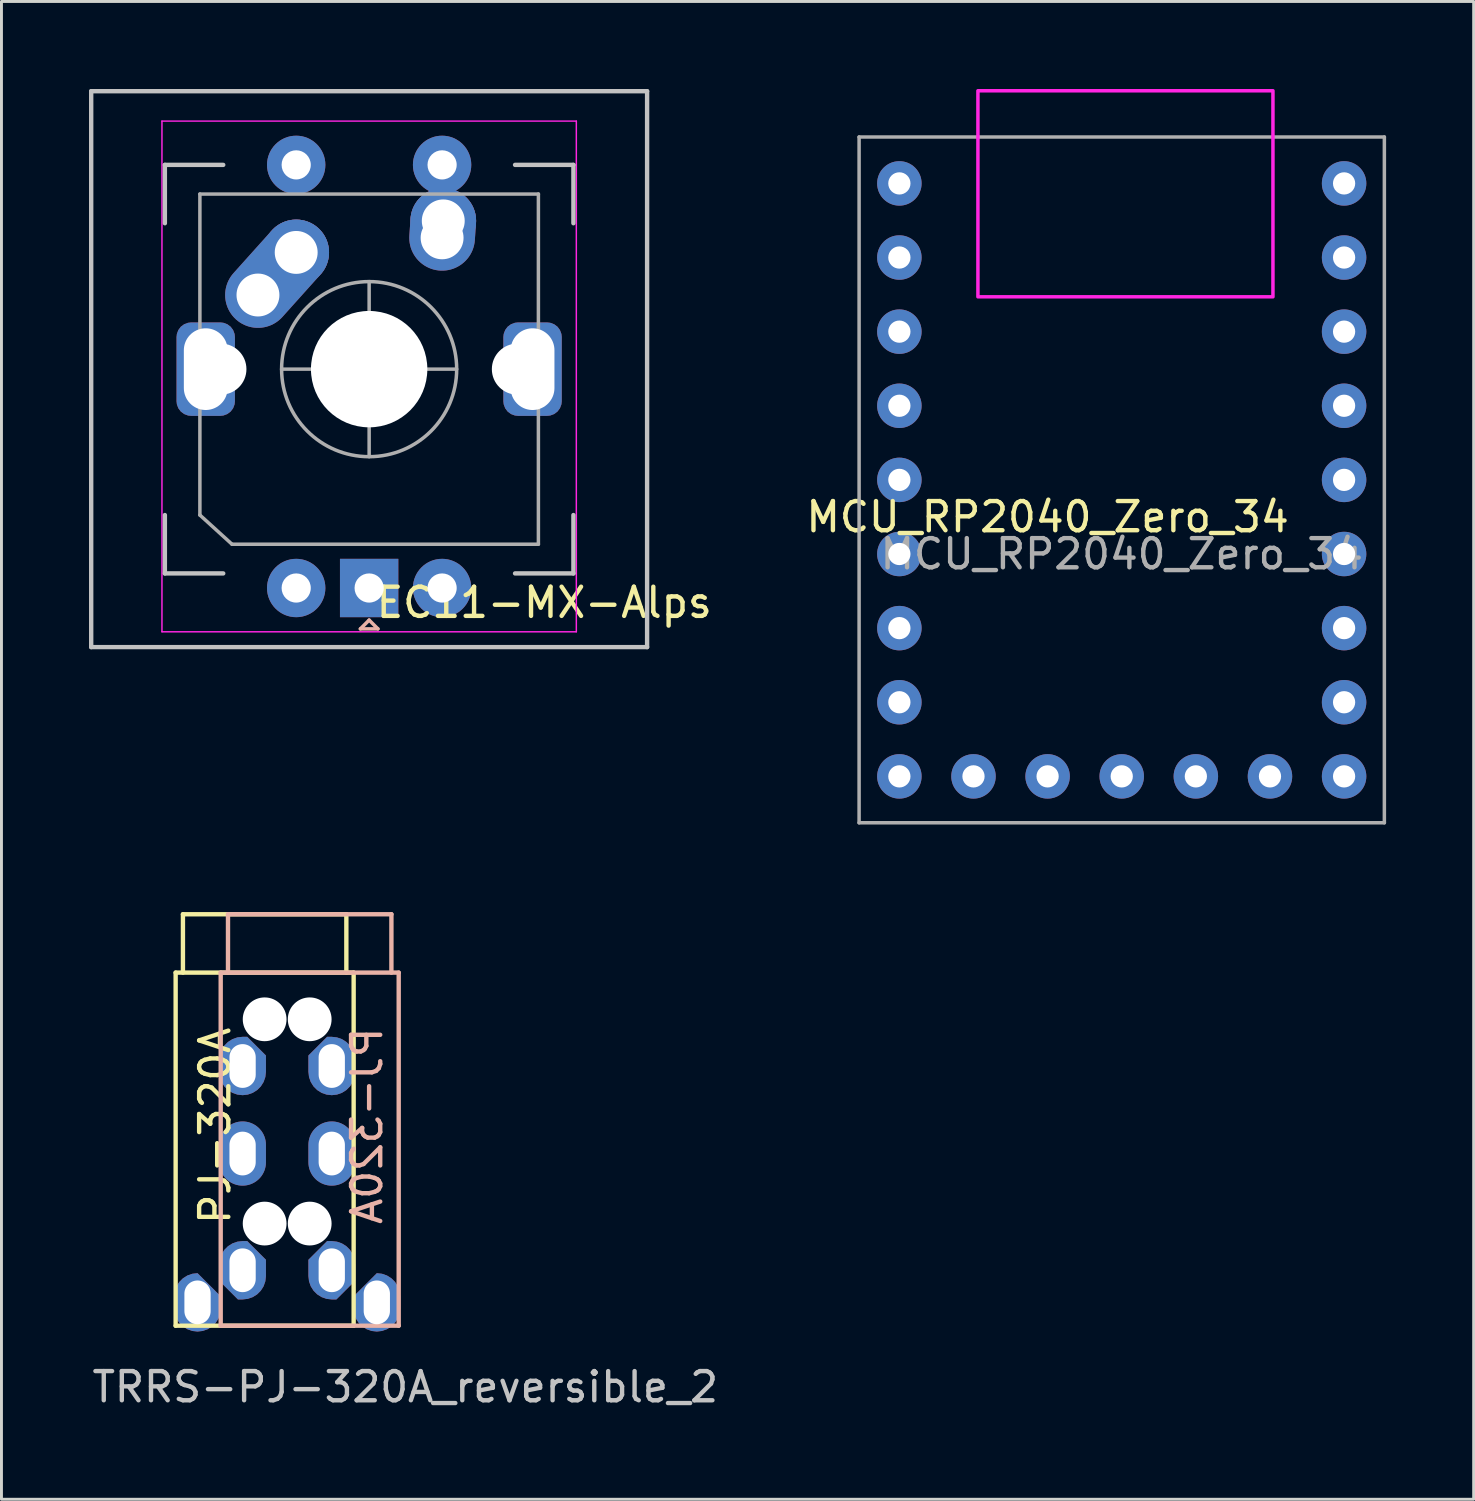
<source format=kicad_pcb>
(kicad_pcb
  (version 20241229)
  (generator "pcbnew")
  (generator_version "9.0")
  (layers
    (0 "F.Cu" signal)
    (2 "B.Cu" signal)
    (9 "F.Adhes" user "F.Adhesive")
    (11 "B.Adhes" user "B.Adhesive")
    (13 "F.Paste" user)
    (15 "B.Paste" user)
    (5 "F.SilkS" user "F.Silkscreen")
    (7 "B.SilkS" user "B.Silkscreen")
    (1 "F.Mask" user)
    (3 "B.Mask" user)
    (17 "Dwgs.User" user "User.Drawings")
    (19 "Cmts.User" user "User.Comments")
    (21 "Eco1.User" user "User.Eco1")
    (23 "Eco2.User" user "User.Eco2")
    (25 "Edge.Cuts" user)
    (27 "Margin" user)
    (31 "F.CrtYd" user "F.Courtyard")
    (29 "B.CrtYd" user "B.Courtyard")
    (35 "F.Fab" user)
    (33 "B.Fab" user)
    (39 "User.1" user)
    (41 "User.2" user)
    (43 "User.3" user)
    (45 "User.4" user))
  (footprint "TRRS-PJ-320A_reversible_2"
    (layer "F.Cu")
    (at 6.787 30.28)
    (property "Reference" "TRRS-PJ-320A_reversible_2" (at 4.052 14.2 0) (layer "Dwgs.User") (effects (font (size 1 1) (thickness 0.15))))
    (attr through_hole)
    (fp_line (start -3.818 0) (end -3.818 12.1) (stroke (width 0.15) (type solid)) (layer "F.SilkS"))
    (fp_line (start -3.568 0) (end -3.568 -2) (stroke (width 0.15) (type solid)) (layer "F.SilkS"))
    (fp_line (start 2.032 -2) (end -3.568 -2) (stroke (width 0.15) (type solid)) (layer "F.SilkS"))
    (fp_line (start 2.032 0) (end 2.032 -2) (stroke (width 0.15) (type solid)) (layer "F.SilkS"))
    (fp_line (start 2.282 0) (end -3.818 0) (stroke (width 0.15) (type solid)) (layer "F.SilkS"))
    (fp_line (start 2.282 0) (end 2.282 12.1) (stroke (width 0.15) (type solid)) (layer "F.SilkS"))
    (fp_line (start 2.282 12.1) (end -3.818 12.1) (stroke (width 0.15) (type solid)) (layer "F.SilkS"))
    (fp_line (start -2.274 0) (end -2.274 12.1) (stroke (width 0.15) (type solid)) (layer "B.SilkS"))
    (fp_line (start -2.274 0) (end 3.826 0) (stroke (width 0.15) (type solid)) (layer "B.SilkS"))
    (fp_line (start -2.274 12.1) (end 3.826 12.1) (stroke (width 0.15) (type solid)) (layer "B.SilkS"))
    (fp_line (start -2.024 -2) (end 3.576 -2) (stroke (width 0.15) (type solid)) (layer "B.SilkS"))
    (fp_line (start -2.024 0) (end -2.024 -2) (stroke (width 0.15) (type solid)) (layer "B.SilkS"))
    (fp_line (start 3.576 0) (end 3.576 -2) (stroke (width 0.15) (type solid)) (layer "B.SilkS"))
    (fp_line (start 3.826 0) (end 3.826 12.1) (stroke (width 0.15) (type solid)) (layer "B.SilkS"))
    (fp_text user "PJ-320A" (at -2.468 5.25 90) (layer "F.SilkS") (effects (font (size 1 1) (thickness 0.15))))
    (fp_text user "PJ-320A" (at 2.738 5.25 270) (layer "B.SilkS") (effects (font (size 1 1) (thickness 0.15)) (justify mirror)))
    (pad "" np_thru_hole circle (at -0.768 1.6) (size 1.5 1.5) (drill 1.5) (layers "*.Cu" "*.Mask"))
    (pad "" np_thru_hole circle (at -0.768 8.6) (size 1.5 1.5) (drill 1.5) (layers "*.Cu" "*.Mask"))
    (pad "" np_thru_hole circle (at 0.776 1.6) (size 1.5 1.5) (drill 1.5) (layers "*.Cu" "*.Mask"))
    (pad "" np_thru_hole circle (at 0.776 8.6) (size 1.5 1.5) (drill 1.5) (layers "*.Cu" "*.Mask"))
    (pad "R1" thru_hole roundrect (at -1.524 10.2) (size 1.6 2) (drill oval 0.9 1.5) (layers "*.Cu" "*.Mask") (roundrect_rratio 0.5) (chamfer_ratio 0.4) (chamfer top_right bottom_left))
    (pad "R1" thru_hole roundrect (at 1.532 10.2) (size 1.6 2) (drill oval 0.9 1.5) (layers "*.Cu" "*.Mask") (roundrect_rratio 0.5) (chamfer_ratio 0.4) (chamfer top_left bottom_right))
    (pad "R2" thru_hole oval (at -1.524 6.2) (size 1.6 2.2) (drill oval 0.9 1.5) (layers "*.Cu" "*.Mask"))
    (pad "R2" thru_hole oval (at 1.532 6.2) (size 1.6 2.2) (drill oval 0.9 1.5) (layers "*.Cu" "*.Mask"))
    (pad "S" thru_hole roundrect (at -1.524 3.2) (size 1.6 2) (drill oval 0.9 1.5) (layers "*.Cu" "*.Mask") (roundrect_rratio 0.5) (chamfer_ratio 0.4) (chamfer top_right))
    (pad "S" thru_hole roundrect (at 1.532 3.2) (size 1.6 2) (drill oval 0.9 1.5) (layers "*.Cu" "*.Mask") (roundrect_rratio 0.5) (chamfer_ratio 0.4) (chamfer top_left))
    (pad "T" thru_hole roundrect (at -3.068 11.3) (size 1.6 2) (drill oval 0.9 1.5) (layers "*.Cu" "*.Mask") (roundrect_rratio 0.5) (chamfer_ratio 0.5) (chamfer top_right))
    (pad "T" thru_hole roundrect (at 3.076 11.3) (size 1.6 2) (drill oval 0.9 1.5) (layers "*.Cu" "*.Mask") (roundrect_rratio 0.5) (chamfer_ratio 0.5) (chamfer top_left)))
  (footprint "EC11-MX-Alps"
    (layer "F.Cu")
    (at 9.6 9.6)
    (property "Reference" "EC11-MX-Alps" (at 6 8 180) (layer "F.SilkS") (effects (font (size 1 1) (thickness 0.15))))
    (attr through_hole)
    (fp_line (start -0.3 8.9) (end 0 8.6) (stroke (width 0.12) (type solid)) (layer "B.SilkS"))
    (fp_line (start 0 8.6) (end 0.3 8.9) (stroke (width 0.12) (type solid)) (layer "B.SilkS"))
    (fp_line (start 0.3 8.9) (end -0.3 8.9) (stroke (width 0.12) (type solid)) (layer "B.SilkS"))
    (fp_line (start -9.525 -9.525) (end 9.525 -9.525) (stroke (width 0.15) (type solid)) (layer "Dwgs.User"))
    (fp_line (start -9.525 9.525) (end -9.525 -9.525) (stroke (width 0.15) (type solid)) (layer "Dwgs.User"))
    (fp_line (start -7 -7) (end -7 -5) (stroke (width 0.15) (type solid)) (layer "Dwgs.User"))
    (fp_line (start -7 5) (end -7 7) (stroke (width 0.15) (type solid)) (layer "Dwgs.User"))
    (fp_line (start -7 7) (end -5 7) (stroke (width 0.15) (type solid)) (layer "Dwgs.User"))
    (fp_line (start -5 -7) (end -7 -7) (stroke (width 0.15) (type solid)) (layer "Dwgs.User"))
    (fp_line (start 5 -7) (end 7 -7) (stroke (width 0.15) (type solid)) (layer "Dwgs.User"))
    (fp_line (start 5 7) (end 7 7) (stroke (width 0.15) (type solid)) (layer "Dwgs.User"))
    (fp_line (start 7 -7) (end 7 -5) (stroke (width 0.15) (type solid)) (layer "Dwgs.User"))
    (fp_line (start 7 7) (end 7 5) (stroke (width 0.15) (type solid)) (layer "Dwgs.User"))
    (fp_line (start 9.525 -9.525) (end 9.525 9.525) (stroke (width 0.15) (type solid)) (layer "Dwgs.User"))
    (fp_line (start 9.525 9.525) (end -9.525 9.525) (stroke (width 0.15) (type solid)) (layer "Dwgs.User"))
    (fp_line (start -7.1 9) (end -7.1 -8.5) (stroke (width 0.05) (type solid)) (layer "F.CrtYd"))
    (fp_line (start -7.1 9) (end 7.1 9) (stroke (width 0.05) (type solid)) (layer "F.CrtYd"))
    (fp_line (start 7.1 -8.5) (end -7.1 -8.5) (stroke (width 0.05) (type solid)) (layer "F.CrtYd"))
    (fp_line (start 7.1 -8.5) (end 7.1 9) (stroke (width 0.05) (type solid)) (layer "F.CrtYd"))
    (fp_line (start -5.8 -6) (end 5.8 -6) (stroke (width 0.12) (type solid)) (layer "F.Fab"))
    (fp_line (start -5.8 5) (end -5.8 -6) (stroke (width 0.12) (type solid)) (layer "F.Fab"))
    (fp_line (start -4.7 6) (end -5.8 5) (stroke (width 0.12) (type solid)) (layer "F.Fab"))
    (fp_line (start -3 0) (end 3 0) (stroke (width 0.12) (type solid)) (layer "F.Fab"))
    (fp_line (start 0 3) (end 0 -3) (stroke (width 0.12) (type solid)) (layer "F.Fab"))
    (fp_line (start 5.8 -6) (end 5.8 6) (stroke (width 0.12) (type solid)) (layer "F.Fab"))
    (fp_line (start 5.8 6) (end -4.7 6) (stroke (width 0.12) (type solid)) (layer "F.Fab"))
    (fp_circle (center 0 0) (end 0 -3) (stroke (width 0.12) (type solid)) (fill no) (layer "F.Fab"))
    (pad "" np_thru_hole circle (at -5.08 0 48.1) (size 1.75 1.75) (drill 1.75) (layers "*.Cu" "*.Mask"))
    (pad "" np_thru_hole circle (at 0 0) (size 3.988 3.988) (drill 3.988) (layers "*.Cu" "*.Mask"))
    (pad "" np_thru_hole circle (at 5.08 0 48.099) (size 1.75 1.75) (drill 1.75) (layers "*.Cu" "*.Mask"))
    (pad "1" thru_hole oval (at -3.81 -2.54 48.1) (size 4.212 2.25) (drill 1.47 (offset 0.981 0)) (layers "*.Cu" "B.Mask"))
    (pad "1" thru_hole circle (at -2.5 -7 90) (size 2 2) (drill 1) (layers "*.Cu" "B.Mask"))
    (pad "1" thru_hole circle (at -2.5 -4) (size 2.25 2.25) (drill 1.47) (layers "*.Cu" "B.Mask"))
    (pad "2" thru_hole circle (at 2.5 -7 90) (size 2 2) (drill 1) (layers "*.Cu" "B.Mask"))
    (pad "2" thru_hole oval (at 2.5 -4.5 86.055) (size 2.831 2.25) (drill 1.47 (offset 0.291 0)) (layers "*.Cu" "B.Mask"))
    (pad "2" thru_hole circle (at 2.54 -5.08) (size 2.25 2.25) (drill 1.47) (layers "*.Cu" "B.Mask"))
    (pad "A" thru_hole circle (at -2.5 7.5 90) (size 2 2) (drill 1) (layers "*.Cu" "B.Mask"))
    (pad "B" thru_hole circle (at 2.5 7.5 90) (size 2 2) (drill 1) (layers "*.Cu" "B.Mask"))
    (pad "C" thru_hole rect (at 0 7.5 90) (size 2 2) (drill 1) (layers "*.Cu" "B.Mask"))
    (pad "MP" thru_hole roundrect (at -5.6 0 90) (size 3.2 2) (drill oval 2.8 1.5) (layers "*.Cu") (roundrect_rratio 0.25))
    (pad "MP" thru_hole roundrect (at 5.6 0 90) (size 3.2 2) (drill oval 2.8 1.5) (layers "*.Cu") (roundrect_rratio 0.25)))
  (footprint "MCU_RP2040_Zero_34"
    (layer "F.Cu")
    (at 35.39 3.235)
    (property "Reference" "MCU_RP2040_Zero_34" (at -2.54 11.43 0) (unlocked yes) (layer "F.SilkS") (effects (font (size 1 1) (thickness 0.15))))
    (attr through_hole)
    (fp_rect (start 5.182 3.886) (end -4.928 -3.175) (stroke (width 0.12) (type solid)) (fill no) (layer "F.CrtYd"))
    (fp_line (start -9 -1.59) (end 9 -1.59) (stroke (width 0.12) (type solid)) (layer "F.Fab"))
    (fp_line (start -9 21.91) (end -9 -1.59) (stroke (width 0.12) (type solid)) (layer "F.Fab"))
    (fp_line (start 9 -1.59) (end 9 21.91) (stroke (width 0.12) (type solid)) (layer "F.Fab"))
    (fp_line (start 9 21.91) (end -9 21.91) (stroke (width 0.12) (type solid)) (layer "F.Fab"))
    (fp_text user "${REFERENCE}" (at 0 12.7 0) (unlocked yes) (layer "F.Fab") (effects (font (size 1 1) (thickness 0.15))))
    (pad "0" thru_hole circle (at -7.62 0) (size 1.524 1.524) (drill 0.762) (layers "*.Cu" "*.Mask"))
    (pad "1" thru_hole circle (at -7.62 2.54) (size 1.524 1.524) (drill 0.762) (layers "*.Cu" "*.Mask"))
    (pad "2" thru_hole circle (at -7.62 5.08) (size 1.524 1.524) (drill 0.762) (layers "*.Cu" "*.Mask"))
    (pad "3" thru_hole circle (at -7.62 7.62) (size 1.524 1.524) (drill 0.762) (layers "*.Cu" "*.Mask"))
    (pad "4" thru_hole circle (at -7.62 10.16) (size 1.524 1.524) (drill 0.762) (layers "*.Cu" "*.Mask"))
    (pad "5" thru_hole circle (at -7.62 12.7) (size 1.524 1.524) (drill 0.762) (layers "*.Cu" "*.Mask"))
    (pad "6" thru_hole circle (at -7.62 15.24) (size 1.524 1.524) (drill 0.762) (layers "*.Cu" "*.Mask"))
    (pad "7" thru_hole circle (at -7.62 17.78) (size 1.524 1.524) (drill 0.762) (layers "*.Cu" "*.Mask"))
    (pad "8" thru_hole circle (at -7.62 20.32) (size 1.524 1.524) (drill 0.762) (layers "*.Cu" "*.Mask"))
    (pad "9" thru_hole circle (at -5.08 20.32) (size 1.524 1.524) (drill 0.762) (layers "*.Cu" "*.Mask"))
    (pad "10" thru_hole circle (at -2.54 20.32) (size 1.524 1.524) (drill 0.762) (layers "*.Cu" "*.Mask"))
    (pad "11" thru_hole circle (at 0 20.32) (size 1.524 1.524) (drill 0.762) (layers "*.Cu" "*.Mask"))
    (pad "12" thru_hole circle (at 2.54 20.32) (size 1.524 1.524) (drill 0.762) (layers "*.Cu" "*.Mask"))
    (pad "13" thru_hole circle (at 5.08 20.32) (size 1.524 1.524) (drill 0.762) (layers "*.Cu" "*.Mask"))
    (pad "14" thru_hole circle (at 7.62 20.32) (size 1.524 1.524) (drill 0.762) (layers "*.Cu" "*.Mask"))
    (pad "15" thru_hole circle (at 7.62 17.78) (size 1.524 1.524) (drill 0.762) (layers "*.Cu" "*.Mask"))
    (pad "26" thru_hole circle (at 7.62 15.24) (size 1.524 1.524) (drill 0.762) (layers "*.Cu" "*.Mask"))
    (pad "27" thru_hole circle (at 7.62 12.7) (size 1.524 1.524) (drill 0.762) (layers "*.Cu" "*.Mask"))
    (pad "28" thru_hole circle (at 7.62 10.16) (size 1.524 1.524) (drill 0.762) (layers "*.Cu" "*.Mask"))
    (pad "29" thru_hole circle (at 7.62 7.62) (size 1.524 1.524) (drill 0.762) (layers "*.Cu" "*.Mask"))
    (pad "30" thru_hole circle (at 7.62 5.08) (size 1.524 1.524) (drill 0.762) (layers "*.Cu" "*.Mask"))
    (pad "31" thru_hole circle (at 7.62 2.54) (size 1.524 1.524) (drill 0.762) (layers "*.Cu" "*.Mask"))
    (pad "32" thru_hole circle (at 7.62 0) (size 1.524 1.524) (drill 0.762) (layers "*.Cu" "*.Mask")))
  (gr_rect
    (start -3 -3)
    (end 47.45 48.328)
    (stroke (width 0.1) (type default))
    (fill no)
    (layer "Edge.Cuts")))
</source>
